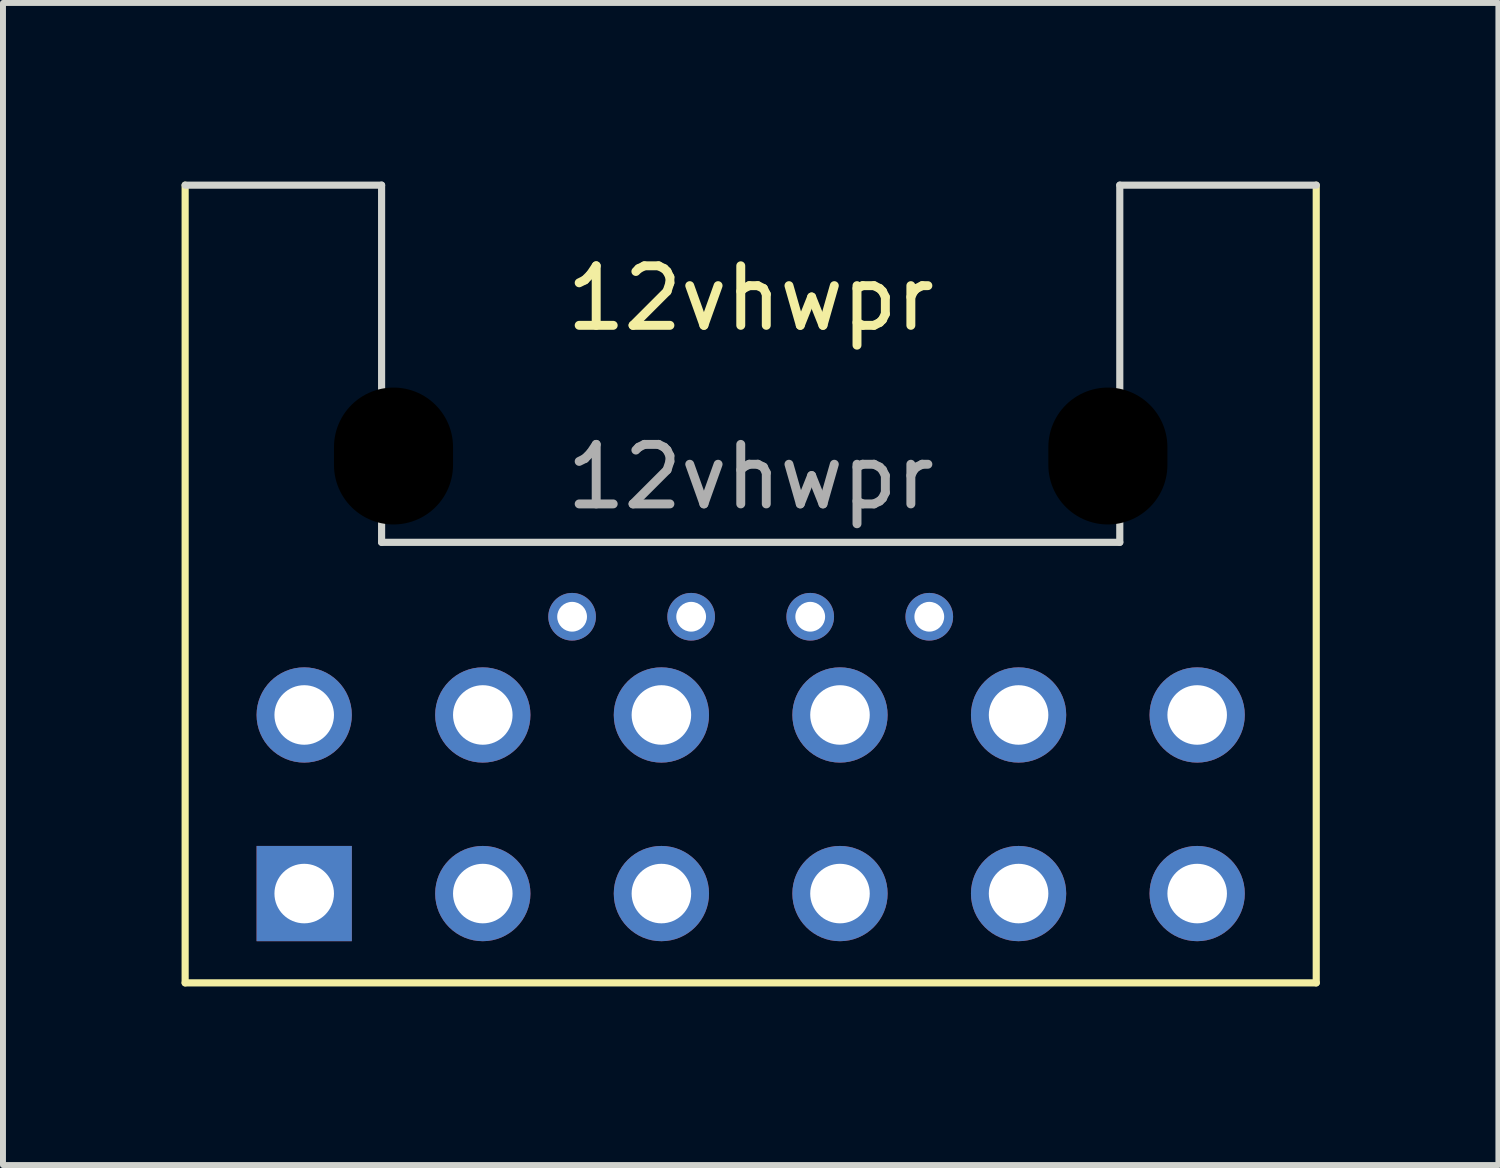
<source format=kicad_pcb>
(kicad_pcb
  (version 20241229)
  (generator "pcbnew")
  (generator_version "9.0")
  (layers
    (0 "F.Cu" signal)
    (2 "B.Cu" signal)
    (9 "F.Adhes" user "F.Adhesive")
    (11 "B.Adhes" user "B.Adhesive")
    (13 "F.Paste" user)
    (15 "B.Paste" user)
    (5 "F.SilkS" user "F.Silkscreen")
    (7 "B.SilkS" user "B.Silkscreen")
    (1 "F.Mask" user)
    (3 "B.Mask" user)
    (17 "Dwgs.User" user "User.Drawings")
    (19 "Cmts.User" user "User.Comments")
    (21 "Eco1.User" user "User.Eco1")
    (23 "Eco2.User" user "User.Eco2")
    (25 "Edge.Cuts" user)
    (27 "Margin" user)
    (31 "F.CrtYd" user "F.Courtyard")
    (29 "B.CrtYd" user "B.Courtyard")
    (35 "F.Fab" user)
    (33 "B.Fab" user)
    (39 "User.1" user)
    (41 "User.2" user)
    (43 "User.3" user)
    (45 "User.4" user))
  (footprint "12vhwpr"
    (layer "F.Cu")
    (at 9.56 2.46)
    (property "Reference" "12vhwpr" (at 0 -0.5 0) (unlocked yes) (layer "F.SilkS") (effects (font (size 1 1) (thickness 0.15))))
    (attr through_hole)
    (fp_line (start -9.5 11) (end -9.5 -2.4) (stroke (width 0.12) (type solid)) (layer "F.SilkS"))
    (fp_line (start 9.5 -2.4) (end 9.5 11) (stroke (width 0.12) (type solid)) (layer "F.SilkS"))
    (fp_line (start 9.5 11) (end -9.5 11) (stroke (width 0.12) (type solid)) (layer "F.SilkS"))
    (fp_line (start -9.5 -2.4) (end -6.2 -2.4) (stroke (width 0.12) (type solid)) (layer "Edge.Cuts"))
    (fp_line (start -6.2 -2.4) (end -6.2 3.6) (stroke (width 0.12) (type solid)) (layer "Edge.Cuts"))
    (fp_line (start -6.2 3.6) (end 6.2 3.6) (stroke (width 0.12) (type solid)) (layer "Edge.Cuts"))
    (fp_line (start 6.2 -2.4) (end 9.5 -2.4) (stroke (width 0.12) (type solid)) (layer "Edge.Cuts"))
    (fp_line (start 6.2 3.6) (end 6.2 -2.4) (stroke (width 0.12) (type solid)) (layer "Edge.Cuts"))
    (fp_text user "${REFERENCE}" (at 0 2.5 0) (unlocked yes) (layer "F.Fab") (effects (font (size 1 1) (thickness 0.15))))
    (pad "" np_thru_hole oval (at -6 2.15) (size 2.1 2.4) (drill oval 2 2.3) (layers "*.Mask"))
    (pad "" np_thru_hole oval (at 6 2.15) (size 2.1 2.4) (drill oval 2 2.3) (layers "*.Mask"))
    (pad "1" thru_hole circle (at -3 4.85) (size 0.8 0.8) (drill 0.5) (layers "*.Cu" "*.Mask"))
    (pad "2" thru_hole circle (at -1 4.85) (size 0.8 0.8) (drill 0.5) (layers "*.Cu" "*.Mask"))
    (pad "3" thru_hole circle (at 1 4.85) (size 0.8 0.8) (drill 0.5) (layers "*.Cu" "*.Mask"))
    (pad "4" thru_hole circle (at 3 4.85) (size 0.8 0.8) (drill 0.5) (layers "*.Cu" "*.Mask"))
    (pad "5" thru_hole circle (at -7.5 6.5) (size 1.6 1.6) (drill 1) (layers "*.Cu" "*.Mask"))
    (pad "6" thru_hole circle (at -4.5 6.5) (size 1.6 1.6) (drill 1) (layers "*.Cu" "*.Mask"))
    (pad "7" thru_hole circle (at -1.5 6.5) (size 1.6 1.6) (drill 1) (layers "*.Cu" "*.Mask"))
    (pad "8" thru_hole circle (at 1.5 6.5) (size 1.6 1.6) (drill 1) (layers "*.Cu" "*.Mask"))
    (pad "9" thru_hole circle (at 4.5 6.5) (size 1.6 1.6) (drill 1) (layers "*.Cu" "*.Mask"))
    (pad "10" thru_hole circle (at 7.5 6.5) (size 1.6 1.6) (drill 1) (layers "*.Cu" "*.Mask"))
    (pad "11" thru_hole rect (at -7.5 9.5) (size 1.6 1.6) (drill 1) (layers "*.Cu" "*.Mask"))
    (pad "12" thru_hole circle (at -4.5 9.5) (size 1.6 1.6) (drill 1) (layers "*.Cu" "*.Mask"))
    (pad "13" thru_hole circle (at -1.5 9.5) (size 1.6 1.6) (drill 1) (layers "*.Cu" "*.Mask"))
    (pad "14" thru_hole circle (at 1.5 9.5) (size 1.6 1.6) (drill 1) (layers "*.Cu" "*.Mask"))
    (pad "15" thru_hole circle (at 4.5 9.5) (size 1.6 1.6) (drill 1) (layers "*.Cu" "*.Mask"))
    (pad "16" thru_hole circle (at 7.5 9.5) (size 1.6 1.6) (drill 1) (layers "*.Cu" "*.Mask"))
    (zone (net_name "") (layers "F.Cu" "F.Mask" "B.Cu" "B.Mask" "F.SilkS" "B.SilkS" "F.Adhes" "B.Adhes" "F.Paste" "B.Paste") (hatch none 0.508) (connect_pads) (min_thickness 0.254) (filled_areas_thickness no) (keepout (tracks not_allowed) (vias not_allowed) (pads not_allowed) (copperpour allowed) (footprints allowed)) (placement (enabled no)) (fill) (polygon (pts (xy 4.66 5.86) (xy 2.46 5.86) (xy 2.46 3.36) (xy 4.66 3.36))))
    (zone (net_name "") (layers "F.Cu" "F.Mask" "B.Cu" "B.Mask" "F.SilkS" "B.SilkS" "F.Adhes" "B.Adhes" "F.Paste" "B.Paste") (hatch none 0.508) (connect_pads) (min_thickness 0.254) (filled_areas_thickness no) (keepout (tracks not_allowed) (vias not_allowed) (pads not_allowed) (copperpour allowed) (footprints allowed)) (placement (enabled no)) (fill) (polygon (pts (xy 16.66 5.86) (xy 14.46 5.86) (xy 14.46 3.36) (xy 16.66 3.36)))))
  (gr_rect
    (start -3 -3)
    (end 22.12 16.52)
    (stroke (width 0.1) (type default))
    (fill no)
    (layer "Edge.Cuts")))
</source>
